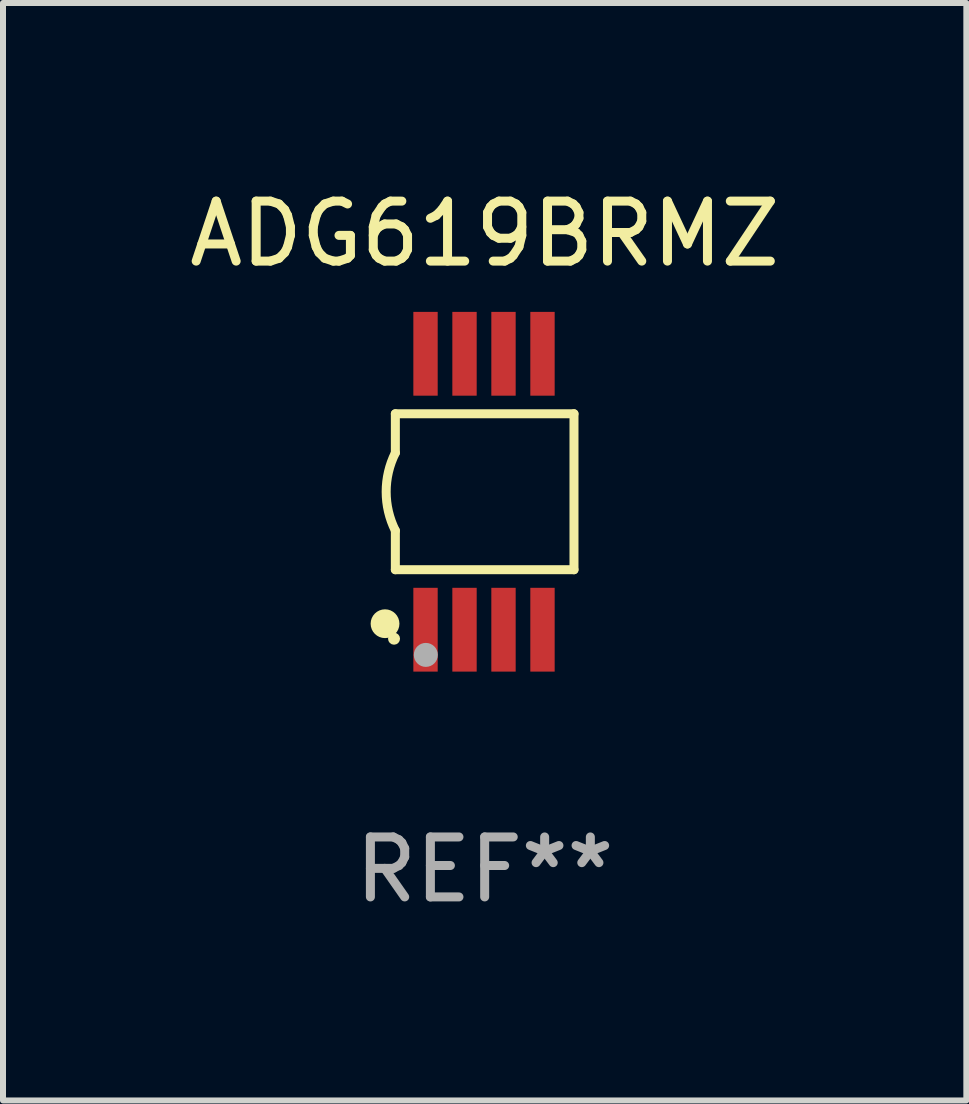
<source format=kicad_pcb>
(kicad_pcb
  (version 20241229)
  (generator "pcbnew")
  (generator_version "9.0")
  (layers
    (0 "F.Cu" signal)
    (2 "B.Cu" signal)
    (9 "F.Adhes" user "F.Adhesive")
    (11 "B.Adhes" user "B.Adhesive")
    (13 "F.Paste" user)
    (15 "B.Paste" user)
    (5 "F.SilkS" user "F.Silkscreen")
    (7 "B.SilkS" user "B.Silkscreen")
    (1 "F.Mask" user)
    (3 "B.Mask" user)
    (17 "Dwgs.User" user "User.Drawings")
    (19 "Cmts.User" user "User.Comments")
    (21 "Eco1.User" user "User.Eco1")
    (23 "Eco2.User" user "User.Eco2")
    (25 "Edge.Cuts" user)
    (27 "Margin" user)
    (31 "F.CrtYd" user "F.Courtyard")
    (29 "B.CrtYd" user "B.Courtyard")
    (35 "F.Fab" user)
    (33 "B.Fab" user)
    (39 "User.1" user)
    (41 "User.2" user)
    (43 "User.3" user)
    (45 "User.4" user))
  (footprint "ADG619BRMZ"
    (layer "F.Cu")
    (at 5.03 5.148)
    (property "Reference" "ADG619BRMZ" (at 0 -4.3 0) (layer "F.SilkS") (effects (font (size 1 1) (thickness 0.15))))
    (attr through_hole)
    (fp_line (start -1.489 -1.3) (end -1.489 -0.648) (stroke (width 0.15) (type solid)) (layer "F.SilkS"))
    (fp_line (start -1.489 0.648) (end -1.489 1.3) (stroke (width 0.15) (type solid)) (layer "F.SilkS"))
    (fp_line (start -1.489 1.3) (end 1.489 1.3) (stroke (width 0.15) (type solid)) (layer "F.SilkS"))
    (fp_line (start 1.489 -1.3) (end -1.489 -1.3) (stroke (width 0.15) (type solid)) (layer "F.SilkS"))
    (fp_line (start 1.489 1.3) (end 1.489 -1.3) (stroke (width 0.15) (type solid)) (layer "F.SilkS"))
    (fp_arc (start -1.489205 0.647702) (mid -1.642107 0) (end -1.489205 -0.647701) (stroke (width 0.150013) (type solid)) (layer "F.SilkS"))
    (fp_circle (center -1.661 2.2) (end -1.541 2.2) (stroke (width 0.24) (type solid)) (fill no) (layer "F.SilkS"))
    (fp_circle (center -1.511 2.45) (end -1.461 2.45) (stroke (width 0.1) (type solid)) (fill no) (layer "F.SilkS"))
    (fp_circle (center -0.981 2.72) (end -0.881 2.72) (stroke (width 0.2) (type solid)) (fill no) (layer "F.Fab"))
    (fp_text user "REF**" (at 0 6.3 0) (layer "F.Fab") (effects (font (size 1 1) (thickness 0.15))))
    (pad "1" smd rect (at -0.986 2.3) (size 0.406 1.397) (layers "F.Cu" "F.Mask" "F.Paste"))
    (pad "2" smd rect (at -0.336 2.3) (size 0.406 1.397) (layers "F.Cu" "F.Mask" "F.Paste"))
    (pad "3" smd rect (at 0.314 2.3) (size 0.406 1.397) (layers "F.Cu" "F.Mask" "F.Paste"))
    (pad "4" smd rect (at 0.964 2.3) (size 0.406 1.397) (layers "F.Cu" "F.Mask" "F.Paste"))
    (pad "5" smd rect (at 0.964 -2.3) (size 0.406 1.397) (layers "F.Cu" "F.Mask" "F.Paste"))
    (pad "6" smd rect (at 0.314 -2.3) (size 0.406 1.397) (layers "F.Cu" "F.Mask" "F.Paste"))
    (pad "7" smd rect (at -0.336 -2.3) (size 0.406 1.397) (layers "F.Cu" "F.Mask" "F.Paste"))
    (pad "8" smd rect (at -0.986 -2.3) (size 0.406 1.397) (layers "F.Cu" "F.Mask" "F.Paste")))
  (gr_rect
    (start -3 -3)
    (end 13.06 15.296)
    (stroke (width 0.1) (type default))
    (fill no)
    (layer "Edge.Cuts")))
</source>
